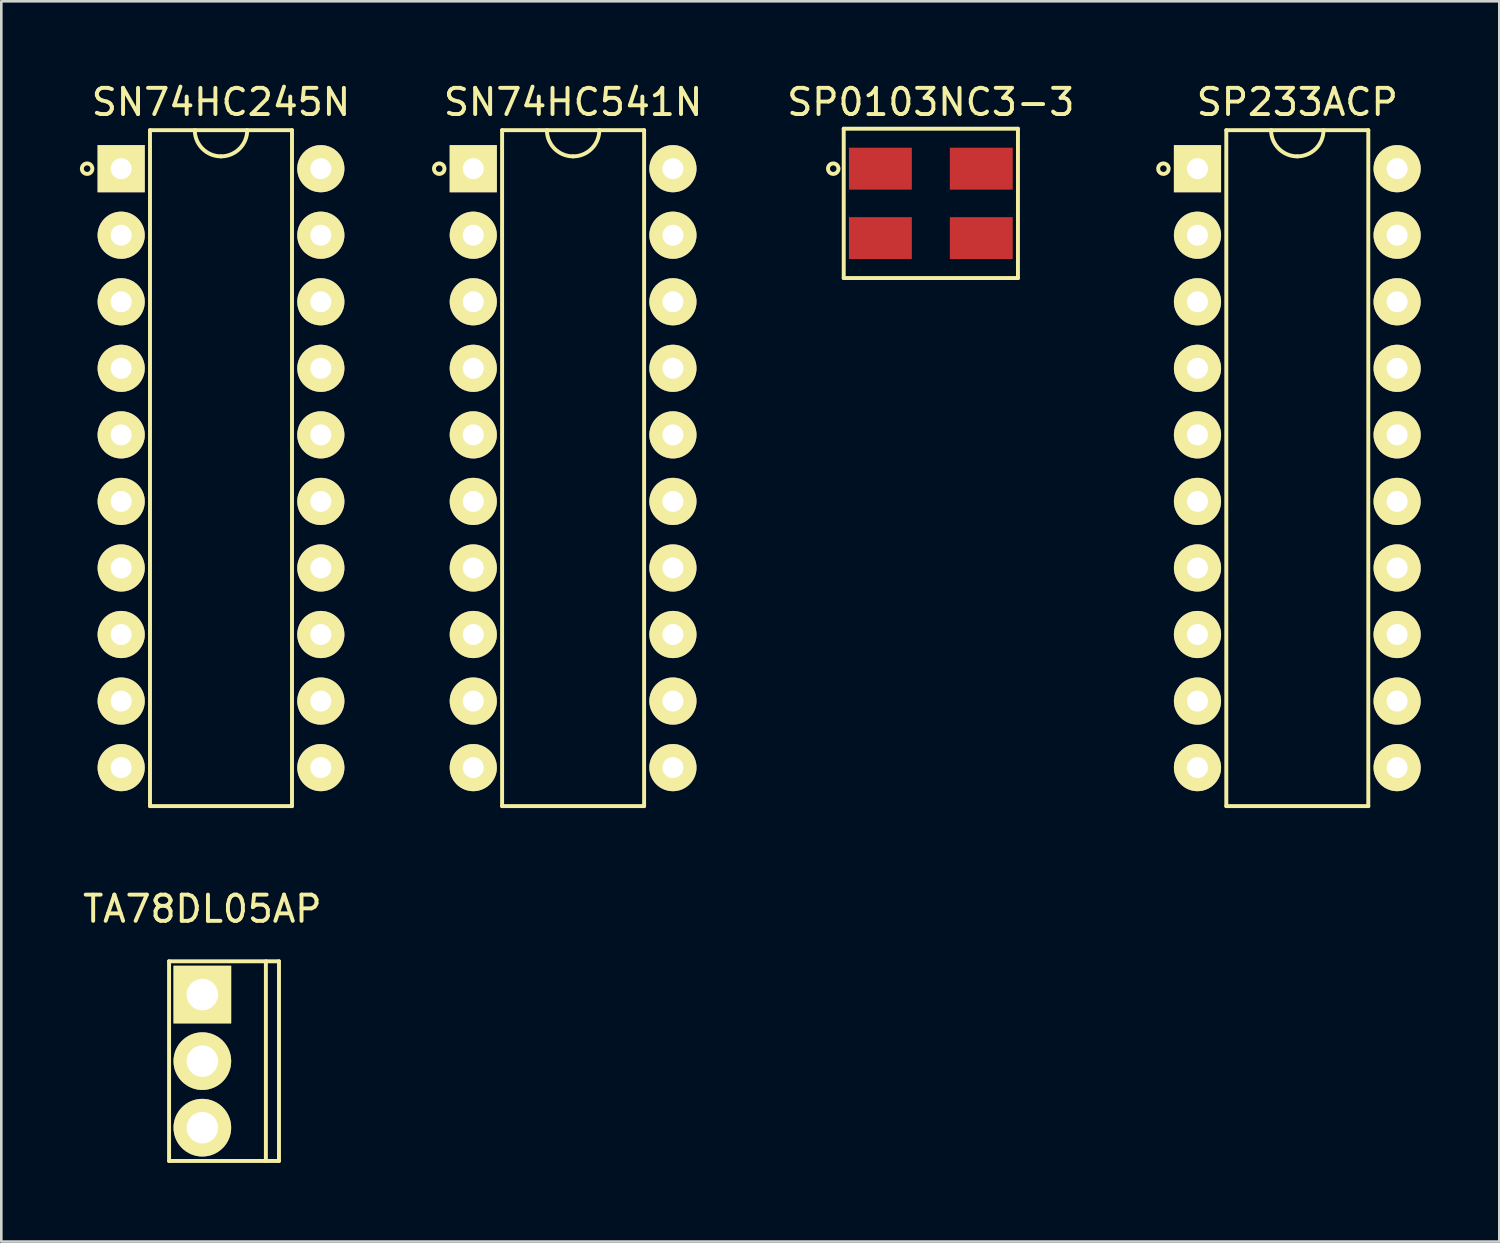
<source format=kicad_pcb>
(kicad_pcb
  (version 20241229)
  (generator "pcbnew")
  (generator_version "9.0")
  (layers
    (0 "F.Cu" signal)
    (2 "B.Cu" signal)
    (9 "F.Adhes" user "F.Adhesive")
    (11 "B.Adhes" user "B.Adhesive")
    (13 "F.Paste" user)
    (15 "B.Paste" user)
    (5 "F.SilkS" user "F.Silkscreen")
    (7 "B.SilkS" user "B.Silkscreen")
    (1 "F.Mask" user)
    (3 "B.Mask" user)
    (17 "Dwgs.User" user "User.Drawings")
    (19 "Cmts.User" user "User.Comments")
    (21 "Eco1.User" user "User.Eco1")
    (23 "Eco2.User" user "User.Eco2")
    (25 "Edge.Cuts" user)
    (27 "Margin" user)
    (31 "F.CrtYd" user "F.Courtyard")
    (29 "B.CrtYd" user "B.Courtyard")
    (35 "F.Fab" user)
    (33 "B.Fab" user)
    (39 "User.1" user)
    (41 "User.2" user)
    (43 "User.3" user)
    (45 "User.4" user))
  (footprint "SN74HC245N"
    (layer "F.Cu")
    (at 1.575 3.388)
    (property "Reference" "SN74HC245N" (at 3.81 -2.54 0) (layer "F.SilkS") (effects (font (size 1 1) (thickness 0.15))))
    (attr through_hole)
    (fp_line (start 1.1 -1.47) (end 6.52 -1.47) (stroke (width 0.15) (type solid)) (layer "F.SilkS"))
    (fp_line (start 1.1 24.33) (end 1.1 -1.47) (stroke (width 0.15) (type solid)) (layer "F.SilkS"))
    (fp_line (start 6.52 -1.47) (end 6.52 24.33) (stroke (width 0.15) (type solid)) (layer "F.SilkS"))
    (fp_line (start 6.52 24.33) (end 1.1 24.33) (stroke (width 0.15) (type solid)) (layer "F.SilkS"))
    (fp_arc (start 3.81 -0.47) (mid 3.102893 -0.762893) (end 2.81 -1.47) (stroke (width 0.15) (type solid)) (layer "F.SilkS"))
    (fp_arc (start 4.81 -1.47) (mid 4.517107 -0.762893) (end 3.81 -0.47) (stroke (width 0.15) (type solid)) (layer "F.SilkS"))
    (fp_circle (center -1.3 0) (end -1.3 0.2) (stroke (width 0.15) (type solid)) (fill no) (layer "F.SilkS"))
    (pad "1" thru_hole rect (at 0 0) (size 1.8 1.8) (drill 0.8) (layers "*.Cu" "*.Mask" "F.SilkS"))
    (pad "2" thru_hole circle (at 0 2.54) (size 1.8 1.8) (drill 0.8) (layers "*.Cu" "*.Mask" "F.SilkS"))
    (pad "3" thru_hole circle (at 0 5.08) (size 1.8 1.8) (drill 0.8) (layers "*.Cu" "*.Mask" "F.SilkS"))
    (pad "4" thru_hole circle (at 0 7.62) (size 1.8 1.8) (drill 0.8) (layers "*.Cu" "*.Mask" "F.SilkS"))
    (pad "5" thru_hole circle (at 0 10.16) (size 1.8 1.8) (drill 0.8) (layers "*.Cu" "*.Mask" "F.SilkS"))
    (pad "6" thru_hole circle (at 0 12.7) (size 1.8 1.8) (drill 0.8) (layers "*.Cu" "*.Mask" "F.SilkS"))
    (pad "7" thru_hole circle (at 0 15.24) (size 1.8 1.8) (drill 0.8) (layers "*.Cu" "*.Mask" "F.SilkS"))
    (pad "8" thru_hole circle (at 0 17.78) (size 1.8 1.8) (drill 0.8) (layers "*.Cu" "*.Mask" "F.SilkS"))
    (pad "9" thru_hole circle (at 0 20.32) (size 1.8 1.8) (drill 0.8) (layers "*.Cu" "*.Mask" "F.SilkS"))
    (pad "10" thru_hole circle (at 0 22.86) (size 1.8 1.8) (drill 0.8) (layers "*.Cu" "*.Mask" "F.SilkS"))
    (pad "11" thru_hole circle (at 7.62 22.86) (size 1.8 1.8) (drill 0.8) (layers "*.Cu" "*.Mask" "F.SilkS"))
    (pad "12" thru_hole circle (at 7.62 20.32) (size 1.8 1.8) (drill 0.8) (layers "*.Cu" "*.Mask" "F.SilkS"))
    (pad "13" thru_hole circle (at 7.62 17.78) (size 1.8 1.8) (drill 0.8) (layers "*.Cu" "*.Mask" "F.SilkS"))
    (pad "14" thru_hole circle (at 7.62 15.24) (size 1.8 1.8) (drill 0.8) (layers "*.Cu" "*.Mask" "F.SilkS"))
    (pad "15" thru_hole circle (at 7.62 12.7) (size 1.8 1.8) (drill 0.8) (layers "*.Cu" "*.Mask" "F.SilkS"))
    (pad "16" thru_hole circle (at 7.62 10.16) (size 1.8 1.8) (drill 0.8) (layers "*.Cu" "*.Mask" "F.SilkS"))
    (pad "17" thru_hole circle (at 7.62 7.62) (size 1.8 1.8) (drill 0.8) (layers "*.Cu" "*.Mask" "F.SilkS"))
    (pad "18" thru_hole circle (at 7.62 5.08) (size 1.8 1.8) (drill 0.8) (layers "*.Cu" "*.Mask" "F.SilkS"))
    (pad "19" thru_hole circle (at 7.62 2.54) (size 1.8 1.8) (drill 0.8) (layers "*.Cu" "*.Mask" "F.SilkS"))
    (pad "20" thru_hole circle (at 7.62 0) (size 1.8 1.8) (drill 0.8) (layers "*.Cu" "*.Mask" "F.SilkS")))
  (footprint "SN74HC541N"
    (layer "F.Cu")
    (at 15.014 3.388)
    (property "Reference" "SN74HC541N" (at 3.81 -2.54 0) (layer "F.SilkS") (effects (font (size 1 1) (thickness 0.15))))
    (attr through_hole)
    (fp_line (start 1.1 -1.47) (end 6.52 -1.47) (stroke (width 0.15) (type solid)) (layer "F.SilkS"))
    (fp_line (start 1.1 24.33) (end 1.1 -1.47) (stroke (width 0.15) (type solid)) (layer "F.SilkS"))
    (fp_line (start 6.52 -1.47) (end 6.52 24.33) (stroke (width 0.15) (type solid)) (layer "F.SilkS"))
    (fp_line (start 6.52 24.33) (end 1.1 24.33) (stroke (width 0.15) (type solid)) (layer "F.SilkS"))
    (fp_arc (start 3.81 -0.47) (mid 3.102893 -0.762893) (end 2.81 -1.47) (stroke (width 0.15) (type solid)) (layer "F.SilkS"))
    (fp_arc (start 4.81 -1.47) (mid 4.517107 -0.762893) (end 3.81 -0.47) (stroke (width 0.15) (type solid)) (layer "F.SilkS"))
    (fp_circle (center -1.3 0) (end -1.3 0.2) (stroke (width 0.15) (type solid)) (fill no) (layer "F.SilkS"))
    (pad "1" thru_hole rect (at 0 0) (size 1.8 1.8) (drill 0.8) (layers "*.Cu" "*.Mask" "F.SilkS"))
    (pad "2" thru_hole circle (at 0 2.54) (size 1.8 1.8) (drill 0.8) (layers "*.Cu" "*.Mask" "F.SilkS"))
    (pad "3" thru_hole circle (at 0 5.08) (size 1.8 1.8) (drill 0.8) (layers "*.Cu" "*.Mask" "F.SilkS"))
    (pad "4" thru_hole circle (at 0 7.62) (size 1.8 1.8) (drill 0.8) (layers "*.Cu" "*.Mask" "F.SilkS"))
    (pad "5" thru_hole circle (at 0 10.16) (size 1.8 1.8) (drill 0.8) (layers "*.Cu" "*.Mask" "F.SilkS"))
    (pad "6" thru_hole circle (at 0 12.7) (size 1.8 1.8) (drill 0.8) (layers "*.Cu" "*.Mask" "F.SilkS"))
    (pad "7" thru_hole circle (at 0 15.24) (size 1.8 1.8) (drill 0.8) (layers "*.Cu" "*.Mask" "F.SilkS"))
    (pad "8" thru_hole circle (at 0 17.78) (size 1.8 1.8) (drill 0.8) (layers "*.Cu" "*.Mask" "F.SilkS"))
    (pad "9" thru_hole circle (at 0 20.32) (size 1.8 1.8) (drill 0.8) (layers "*.Cu" "*.Mask" "F.SilkS"))
    (pad "10" thru_hole circle (at 0 22.86) (size 1.8 1.8) (drill 0.8) (layers "*.Cu" "*.Mask" "F.SilkS"))
    (pad "11" thru_hole circle (at 7.62 22.86) (size 1.8 1.8) (drill 0.8) (layers "*.Cu" "*.Mask" "F.SilkS"))
    (pad "12" thru_hole circle (at 7.62 20.32) (size 1.8 1.8) (drill 0.8) (layers "*.Cu" "*.Mask" "F.SilkS"))
    (pad "13" thru_hole circle (at 7.62 17.78) (size 1.8 1.8) (drill 0.8) (layers "*.Cu" "*.Mask" "F.SilkS"))
    (pad "14" thru_hole circle (at 7.62 15.24) (size 1.8 1.8) (drill 0.8) (layers "*.Cu" "*.Mask" "F.SilkS"))
    (pad "15" thru_hole circle (at 7.62 12.7) (size 1.8 1.8) (drill 0.8) (layers "*.Cu" "*.Mask" "F.SilkS"))
    (pad "16" thru_hole circle (at 7.62 10.16) (size 1.8 1.8) (drill 0.8) (layers "*.Cu" "*.Mask" "F.SilkS"))
    (pad "17" thru_hole circle (at 7.62 7.62) (size 1.8 1.8) (drill 0.8) (layers "*.Cu" "*.Mask" "F.SilkS"))
    (pad "18" thru_hole circle (at 7.62 5.08) (size 1.8 1.8) (drill 0.8) (layers "*.Cu" "*.Mask" "F.SilkS"))
    (pad "19" thru_hole circle (at 7.62 2.54) (size 1.8 1.8) (drill 0.8) (layers "*.Cu" "*.Mask" "F.SilkS"))
    (pad "20" thru_hole circle (at 7.62 0) (size 1.8 1.8) (drill 0.8) (layers "*.Cu" "*.Mask" "F.SilkS")))
  (footprint "TA78DL05AP"
    (layer "F.Cu")
    (at 4.673 34.911)
    (property "Reference" "TA78DL05AP" (at 0 -3.27 0) (layer "F.SilkS") (effects (font (size 1 1) (thickness 0.15))))
    (attr through_hole)
    (fp_line (start -1.27 -1.27) (end -1.27 6.35) (stroke (width 0.15) (type solid)) (layer "F.SilkS"))
    (fp_line (start -1.27 -1.27) (end 2.925 -1.27) (stroke (width 0.15) (type solid)) (layer "F.SilkS"))
    (fp_line (start -1.27 6.35) (end 2.925 6.35) (stroke (width 0.15) (type solid)) (layer "F.SilkS"))
    (fp_line (start 2.425 -1.27) (end 2.425 6.35) (stroke (width 0.15) (type solid)) (layer "F.SilkS"))
    (fp_line (start 2.925 -1.27) (end 2.925 6.35) (stroke (width 0.15) (type solid)) (layer "F.SilkS"))
    (pad "1" thru_hole rect (at 0 0) (size 2.2 2.2) (drill 1.2) (layers "*.Cu" "*.Mask" "F.SilkS"))
    (pad "2" thru_hole circle (at 0 2.54) (size 2.2 2.2) (drill 1.2) (layers "*.Cu" "*.Mask" "F.SilkS"))
    (pad "3" thru_hole circle (at 0 5.08) (size 2.2 2.2) (drill 1.2) (layers "*.Cu" "*.Mask" "F.SilkS")))
  (footprint "SP0103NC3-3"
    (layer "F.Cu")
    (at 30.553 3.388)
    (property "Reference" "SP0103NC3-3" (at 1.925 -2.54 0) (layer "F.SilkS") (effects (font (size 1 1) (thickness 0.15))))
    (attr through_hole)
    (fp_line (start -1.4 -1.525) (end 5.25 -1.525) (stroke (width 0.15) (type solid)) (layer "F.SilkS"))
    (fp_line (start -1.4 4.175) (end -1.4 -1.525) (stroke (width 0.15) (type solid)) (layer "F.SilkS"))
    (fp_line (start 5.25 -1.525) (end 5.25 4.175) (stroke (width 0.15) (type solid)) (layer "F.SilkS"))
    (fp_line (start 5.25 4.175) (end -1.4 4.175) (stroke (width 0.15) (type solid)) (layer "F.SilkS"))
    (fp_circle (center -1.8 0) (end -1.8 0.2) (stroke (width 0.15) (type solid)) (fill no) (layer "F.SilkS"))
    (pad "1" smd rect (at 0 0) (size 2.4 1.6) (layers "F.Cu" "F.Mask" "F.Paste"))
    (pad "2" smd rect (at 0 2.65) (size 2.4 1.6) (layers "F.Cu" "F.Mask" "F.Paste"))
    (pad "3" smd rect (at 3.85 2.65) (size 2.4 1.6) (layers "F.Cu" "F.Mask" "F.Paste"))
    (pad "4" smd rect (at 3.85 0) (size 2.4 1.6) (layers "F.Cu" "F.Mask" "F.Paste")))
  (footprint "SP233ACP"
    (layer "F.Cu")
    (at 42.655 3.388)
    (property "Reference" "SP233ACP" (at 3.81 -2.54 0) (layer "F.SilkS") (effects (font (size 1 1) (thickness 0.15))))
    (attr through_hole)
    (fp_line (start 1.1 -1.47) (end 6.52 -1.47) (stroke (width 0.15) (type solid)) (layer "F.SilkS"))
    (fp_line (start 1.1 24.33) (end 1.1 -1.47) (stroke (width 0.15) (type solid)) (layer "F.SilkS"))
    (fp_line (start 6.52 -1.47) (end 6.52 24.33) (stroke (width 0.15) (type solid)) (layer "F.SilkS"))
    (fp_line (start 6.52 24.33) (end 1.1 24.33) (stroke (width 0.15) (type solid)) (layer "F.SilkS"))
    (fp_arc (start 3.81 -0.47) (mid 3.102893 -0.762893) (end 2.81 -1.47) (stroke (width 0.15) (type solid)) (layer "F.SilkS"))
    (fp_arc (start 4.81 -1.47) (mid 4.517107 -0.762893) (end 3.81 -0.47) (stroke (width 0.15) (type solid)) (layer "F.SilkS"))
    (fp_circle (center -1.3 0) (end -1.3 0.2) (stroke (width 0.15) (type solid)) (fill no) (layer "F.SilkS"))
    (pad "1" thru_hole rect (at 0 0) (size 1.8 1.8) (drill 0.8) (layers "*.Cu" "*.Mask" "F.SilkS"))
    (pad "2" thru_hole circle (at 0 2.54) (size 1.8 1.8) (drill 0.8) (layers "*.Cu" "*.Mask" "F.SilkS"))
    (pad "3" thru_hole circle (at 0 5.08) (size 1.8 1.8) (drill 0.8) (layers "*.Cu" "*.Mask" "F.SilkS"))
    (pad "4" thru_hole circle (at 0 7.62) (size 1.8 1.8) (drill 0.8) (layers "*.Cu" "*.Mask" "F.SilkS"))
    (pad "5" thru_hole circle (at 0 10.16) (size 1.8 1.8) (drill 0.8) (layers "*.Cu" "*.Mask" "F.SilkS"))
    (pad "6" thru_hole circle (at 0 12.7) (size 1.8 1.8) (drill 0.8) (layers "*.Cu" "*.Mask" "F.SilkS"))
    (pad "7" thru_hole circle (at 0 15.24) (size 1.8 1.8) (drill 0.8) (layers "*.Cu" "*.Mask" "F.SilkS"))
    (pad "8" thru_hole circle (at 0 17.78) (size 1.8 1.8) (drill 0.8) (layers "*.Cu" "*.Mask" "F.SilkS"))
    (pad "9" thru_hole circle (at 0 20.32) (size 1.8 1.8) (drill 0.8) (layers "*.Cu" "*.Mask" "F.SilkS"))
    (pad "10" thru_hole circle (at 0 22.86) (size 1.8 1.8) (drill 0.8) (layers "*.Cu" "*.Mask" "F.SilkS"))
    (pad "11" thru_hole circle (at 7.62 22.86) (size 1.8 1.8) (drill 0.8) (layers "*.Cu" "*.Mask" "F.SilkS"))
    (pad "12" thru_hole circle (at 7.62 20.32) (size 1.8 1.8) (drill 0.8) (layers "*.Cu" "*.Mask" "F.SilkS"))
    (pad "13" thru_hole circle (at 7.62 17.78) (size 1.8 1.8) (drill 0.8) (layers "*.Cu" "*.Mask" "F.SilkS"))
    (pad "14" thru_hole circle (at 7.62 15.24) (size 1.8 1.8) (drill 0.8) (layers "*.Cu" "*.Mask" "F.SilkS"))
    (pad "15" thru_hole circle (at 7.62 12.7) (size 1.8 1.8) (drill 0.8) (layers "*.Cu" "*.Mask" "F.SilkS"))
    (pad "16" thru_hole circle (at 7.62 10.16) (size 1.8 1.8) (drill 0.8) (layers "*.Cu" "*.Mask" "F.SilkS"))
    (pad "17" thru_hole circle (at 7.62 7.62) (size 1.8 1.8) (drill 0.8) (layers "*.Cu" "*.Mask" "F.SilkS"))
    (pad "18" thru_hole circle (at 7.62 5.08) (size 1.8 1.8) (drill 0.8) (layers "*.Cu" "*.Mask" "F.SilkS"))
    (pad "19" thru_hole circle (at 7.62 2.54) (size 1.8 1.8) (drill 0.8) (layers "*.Cu" "*.Mask" "F.SilkS"))
    (pad "20" thru_hole circle (at 7.62 0) (size 1.8 1.8) (drill 0.8) (layers "*.Cu" "*.Mask" "F.SilkS")))
  (gr_rect
    (start -3 -3)
    (end 54.175 44.337)
    (stroke (width 0.1) (type default))
    (fill no)
    (layer "Edge.Cuts")))
</source>
